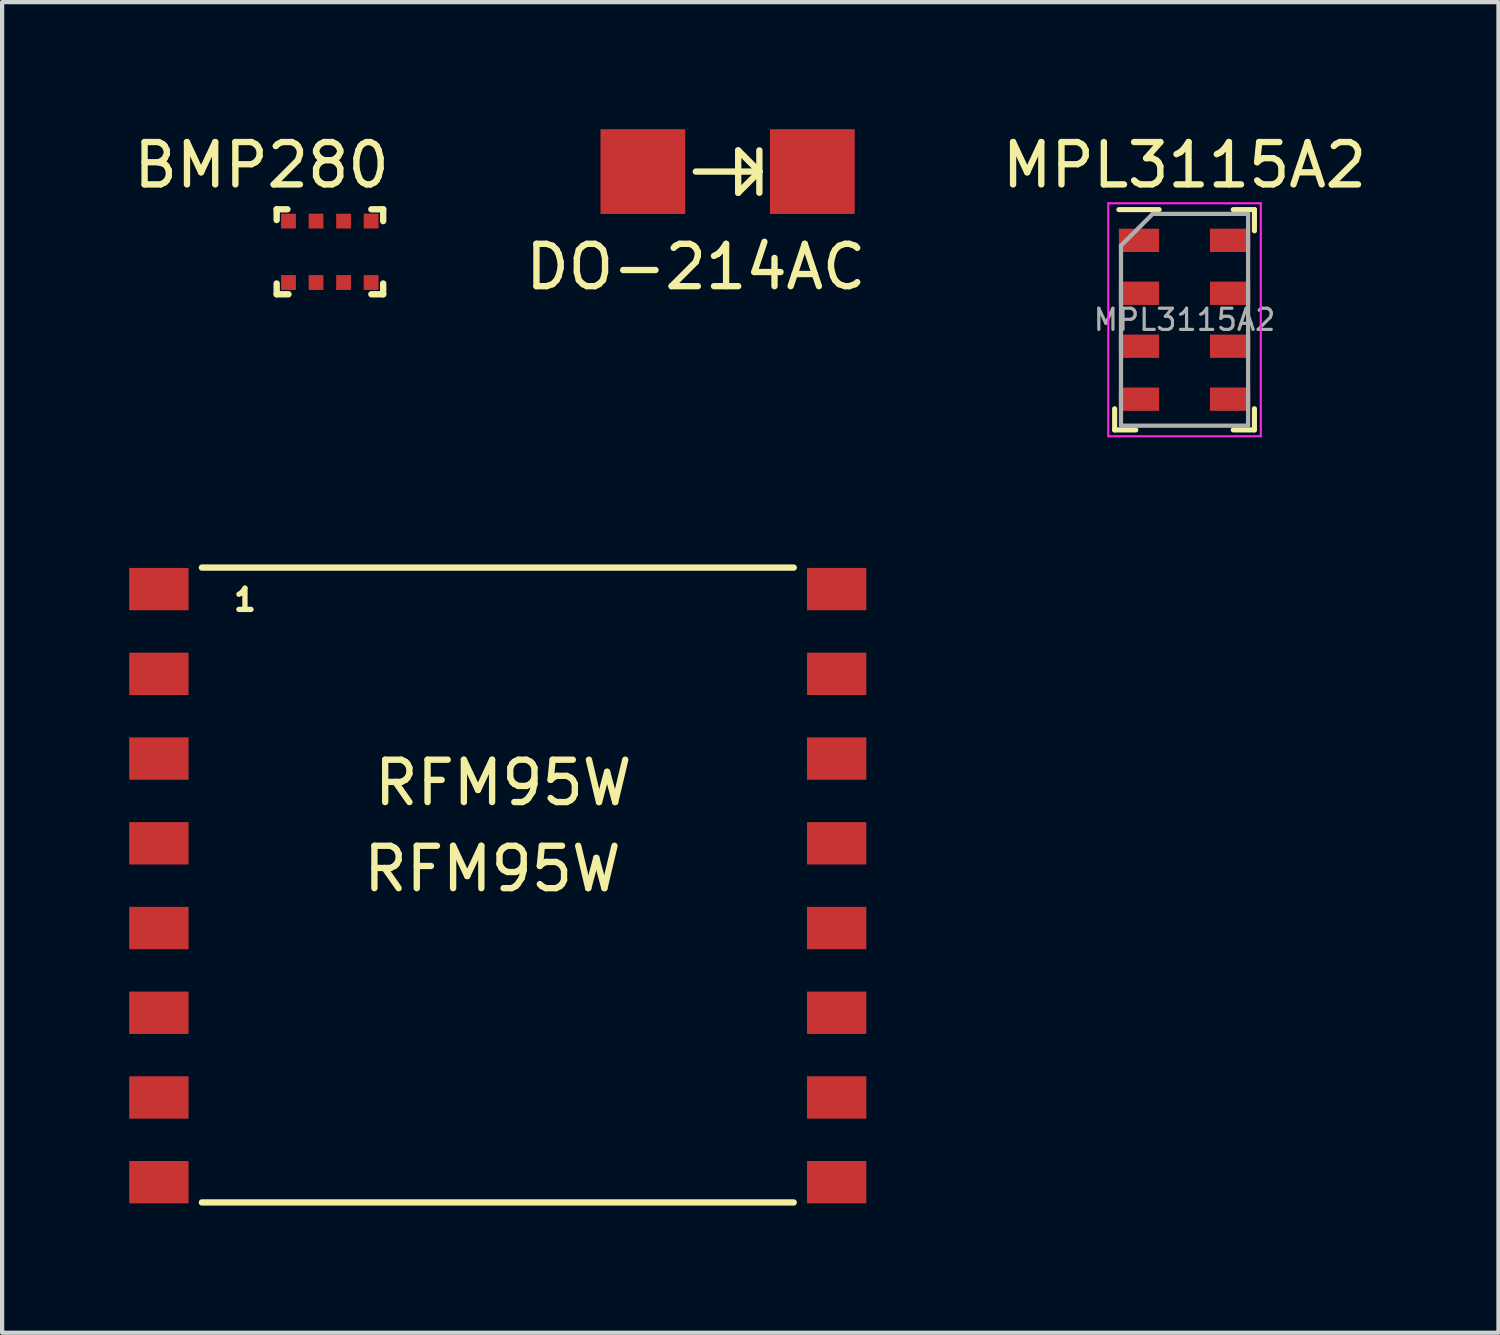
<source format=kicad_pcb>
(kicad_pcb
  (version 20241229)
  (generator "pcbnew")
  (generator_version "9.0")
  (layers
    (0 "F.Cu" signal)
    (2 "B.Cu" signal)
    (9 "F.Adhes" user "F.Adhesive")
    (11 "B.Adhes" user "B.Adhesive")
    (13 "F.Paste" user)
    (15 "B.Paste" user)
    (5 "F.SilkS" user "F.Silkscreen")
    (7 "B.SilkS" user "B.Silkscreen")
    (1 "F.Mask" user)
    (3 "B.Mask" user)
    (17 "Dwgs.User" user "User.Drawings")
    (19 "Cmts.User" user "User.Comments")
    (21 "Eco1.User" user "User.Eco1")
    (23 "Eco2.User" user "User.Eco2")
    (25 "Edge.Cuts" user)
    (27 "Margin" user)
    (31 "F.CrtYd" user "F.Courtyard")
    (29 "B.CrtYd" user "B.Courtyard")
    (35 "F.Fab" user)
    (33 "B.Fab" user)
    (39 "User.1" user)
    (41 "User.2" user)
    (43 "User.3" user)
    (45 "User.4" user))
  (footprint "MPL3115A2"
    (layer "F.Cu")
    (at 24.911 4.498)
    (property "Reference" "MPL3115A2" (at 0 -3.65 0) (layer "F.SilkS") (effects (font (size 1 1) (thickness 0.15))))
    (attr smd)
    (fp_line (start -1.65 2.6) (end -1.65 2.1) (stroke (width 0.12) (type solid)) (layer "F.SilkS"))
    (fp_line (start -1.55 -2.6) (end -0.6 -2.6) (stroke (width 0.12) (type solid)) (layer "F.SilkS"))
    (fp_line (start -1.15 2.6) (end -1.65 2.6) (stroke (width 0.12) (type solid)) (layer "F.SilkS"))
    (fp_line (start 1.15 -2.6) (end 1.65 -2.6) (stroke (width 0.12) (type solid)) (layer "F.SilkS"))
    (fp_line (start 1.65 -2.6) (end 1.65 -2.1) (stroke (width 0.12) (type solid)) (layer "F.SilkS"))
    (fp_line (start 1.65 2.1) (end 1.65 2.6) (stroke (width 0.12) (type solid)) (layer "F.SilkS"))
    (fp_line (start 1.65 2.6) (end 1.15 2.6) (stroke (width 0.12) (type solid)) (layer "F.SilkS"))
    (fp_line (start -1.8 -2.75) (end -1.8 2.75) (stroke (width 0.05) (type solid)) (layer "F.CrtYd"))
    (fp_line (start -1.8 -2.75) (end 1.8 -2.75) (stroke (width 0.05) (type solid)) (layer "F.CrtYd"))
    (fp_line (start 1.8 2.75) (end -1.8 2.75) (stroke (width 0.05) (type solid)) (layer "F.CrtYd"))
    (fp_line (start 1.8 2.75) (end 1.8 -2.75) (stroke (width 0.05) (type solid)) (layer "F.CrtYd"))
    (fp_line (start -1.5 -1.75) (end -0.75 -2.5) (stroke (width 0.1) (type solid)) (layer "F.Fab"))
    (fp_line (start -1.5 2.5) (end -1.5 -1.75) (stroke (width 0.1) (type solid)) (layer "F.Fab"))
    (fp_line (start -0.75 -2.5) (end 1.5 -2.5) (stroke (width 0.1) (type solid)) (layer "F.Fab"))
    (fp_line (start 1.5 -2.5) (end 1.5 2.5) (stroke (width 0.1) (type solid)) (layer "F.Fab"))
    (fp_line (start 1.5 2.5) (end -1.5 2.5) (stroke (width 0.1) (type solid)) (layer "F.Fab"))
    (fp_text user "${REFERENCE}" (at 0 0 0) (layer "F.Fab") (effects (font (size 0.5 0.5) (thickness 0.075))))
    (pad "1" smd rect (at -1.075 -1.875) (size 0.95 0.55) (layers "F.Cu" "F.Mask" "F.Paste"))
    (pad "2" smd rect (at -1.075 -0.625) (size 0.95 0.55) (layers "F.Cu" "F.Mask" "F.Paste"))
    (pad "3" smd rect (at -1.075 0.625) (size 0.95 0.55) (layers "F.Cu" "F.Mask" "F.Paste"))
    (pad "4" smd rect (at -1.075 1.875) (size 0.95 0.55) (layers "F.Cu" "F.Mask" "F.Paste"))
    (pad "5" smd rect (at 1.075 1.875) (size 0.95 0.55) (layers "F.Cu" "F.Mask" "F.Paste"))
    (pad "6" smd rect (at 1.075 0.625) (size 0.95 0.55) (layers "F.Cu" "F.Mask" "F.Paste"))
    (pad "7" smd rect (at 1.075 -0.625) (size 0.95 0.55) (layers "F.Cu" "F.Mask" "F.Paste"))
    (pad "8" smd rect (at 1.075 -1.875) (size 0.95 0.55) (layers "F.Cu" "F.Mask" "F.Paste")))
  (footprint "RFM95W"
    (layer "F.Cu")
    (at 0.7 10.856)
    (property "Reference" "RFM95W" (at 8.128 4.572 0) (layer "F.SilkS") (effects (font (size 1 1) (thickness 0.15))))
    (attr through_hole)
    (fp_line (start 1.016 -0.508) (end 14.986 -0.508) (stroke (width 0.15) (type solid)) (layer "F.SilkS"))
    (fp_line (start 1.016 14.478) (end 14.986 14.478) (stroke (width 0.15) (type solid)) (layer "F.SilkS"))
    (fp_text user "RFM95W" (at 7.874 6.604 0) (layer "F.SilkS") (effects (font (size 1 1) (thickness 0.15))))
    (fp_text user "1" (at 2.032 0.254 0) (layer "F.SilkS") (effects (font (size 0.5 0.5) (thickness 0.125))))
    (pad "1" smd rect (at 0 0) (size 1.4 1) (layers "F.Cu" "F.Mask" "F.Paste"))
    (pad "2" smd rect (at 0 2) (size 1.4 1) (layers "F.Cu" "F.Mask" "F.Paste"))
    (pad "3" smd rect (at 0 4) (size 1.4 1) (layers "F.Cu" "F.Mask" "F.Paste"))
    (pad "4" smd rect (at 0 6) (size 1.4 1) (layers "F.Cu" "F.Mask" "F.Paste"))
    (pad "5" smd rect (at 0 8) (size 1.4 1) (layers "F.Cu" "F.Mask" "F.Paste"))
    (pad "6" smd rect (at 0 10) (size 1.4 1) (layers "F.Cu" "F.Mask" "F.Paste"))
    (pad "7" smd rect (at 0 12) (size 1.4 1) (layers "F.Cu" "F.Mask" "F.Paste"))
    (pad "8" smd rect (at 0 14) (size 1.4 1) (layers "F.Cu" "F.Mask" "F.Paste"))
    (pad "9" smd rect (at 16 14) (size 1.4 1) (layers "F.Cu" "F.Mask" "F.Paste"))
    (pad "10" smd rect (at 16 12) (size 1.4 1) (layers "F.Cu" "F.Mask" "F.Paste"))
    (pad "11" smd rect (at 16 10) (size 1.4 1) (layers "F.Cu" "F.Mask" "F.Paste"))
    (pad "12" smd rect (at 16 8) (size 1.4 1) (layers "F.Cu" "F.Mask" "F.Paste"))
    (pad "13" smd rect (at 16 6) (size 1.4 1) (layers "F.Cu" "F.Mask" "F.Paste"))
    (pad "14" smd rect (at 16 4) (size 1.4 1) (layers "F.Cu" "F.Mask" "F.Paste"))
    (pad "15" smd rect (at 16 2) (size 1.4 1) (layers "F.Cu" "F.Mask" "F.Paste"))
    (pad "16" smd rect (at 16 0) (size 1.4 1) (layers "F.Cu" "F.Mask" "F.Paste")))
  (footprint "DO-214AC"
    (layer "F.Cu")
    (at 12.125 1)
    (property "Reference" "DO-214AC" (at 1.25 2.25 0) (layer "F.SilkS") (effects (font (size 1 1) (thickness 0.15))))
    (attr through_hole)
    (fp_line (start 1.25 0) (end 2.75 0) (stroke (width 0.15) (type solid)) (layer "F.SilkS"))
    (fp_line (start 2.25 -0.5) (end 2.75 0) (stroke (width 0.15) (type solid)) (layer "F.SilkS"))
    (fp_line (start 2.25 0.5) (end 2.25 -0.5) (stroke (width 0.15) (type solid)) (layer "F.SilkS"))
    (fp_line (start 2.75 -0.5) (end 2.75 0.5) (stroke (width 0.15) (type solid)) (layer "F.SilkS"))
    (fp_line (start 2.75 0) (end 2.25 0.5) (stroke (width 0.15) (type solid)) (layer "F.SilkS"))
    (pad "1" smd rect (at 0 0) (size 2 2) (layers "F.Cu" "F.Mask" "F.Paste"))
    (pad "2" smd rect (at 4 0) (size 2 2) (layers "F.Cu" "F.Mask" "F.Paste")))
  (footprint "BMP280"
    (layer "F.Cu")
    (at 3.76 2.169)
    (property "Reference" "BMP280" (at -0.635 -1.321 0) (layer "F.SilkS") (effects (font (size 1 1) (thickness 0.15))))
    (attr through_hole)
    (fp_line (start -0.279 -0.279) (end -0.025 -0.279) (stroke (width 0.15) (type solid)) (layer "F.SilkS"))
    (fp_line (start -0.279 -0.025) (end -0.279 -0.279) (stroke (width 0.15) (type solid)) (layer "F.SilkS"))
    (fp_line (start -0.279 1.727) (end -0.279 1.473) (stroke (width 0.15) (type solid)) (layer "F.SilkS"))
    (fp_line (start 0 1.727) (end -0.279 1.727) (stroke (width 0.15) (type solid)) (layer "F.SilkS"))
    (fp_line (start 1.956 -0.279) (end 2.235 -0.279) (stroke (width 0.15) (type solid)) (layer "F.SilkS"))
    (fp_line (start 2.235 -0.279) (end 2.235 0) (stroke (width 0.15) (type solid)) (layer "F.SilkS"))
    (fp_line (start 2.235 1.473) (end 2.235 1.727) (stroke (width 0.15) (type solid)) (layer "F.SilkS"))
    (fp_line (start 2.235 1.727) (end 1.956 1.727) (stroke (width 0.15) (type solid)) (layer "F.SilkS"))
    (pad "1" smd rect (at 0 0) (size 0.35 0.35) (layers "F.Cu" "F.Mask" "F.Paste"))
    (pad "2" smd rect (at 0.65 0) (size 0.35 0.35) (layers "F.Cu" "F.Mask" "F.Paste"))
    (pad "3" smd rect (at 1.3 0) (size 0.35 0.35) (layers "F.Cu" "F.Mask" "F.Paste"))
    (pad "4" smd rect (at 1.95 0) (size 0.35 0.35) (layers "F.Cu" "F.Mask" "F.Paste"))
    (pad "5" smd rect (at 1.95 1.45) (size 0.35 0.35) (layers "F.Cu" "F.Mask" "F.Paste"))
    (pad "6" smd rect (at 1.3 1.45) (size 0.35 0.35) (layers "F.Cu" "F.Mask" "F.Paste"))
    (pad "7" smd rect (at 0.65 1.45) (size 0.35 0.35) (layers "F.Cu" "F.Mask" "F.Paste"))
    (pad "8" smd rect (at 0 1.45) (size 0.35 0.35) (layers "F.Cu" "F.Mask" "F.Paste")))
  (gr_rect
    (start -3 -3)
    (end 32.321 28.409)
    (stroke (width 0.1) (type default))
    (fill no)
    (layer "Edge.Cuts")))
</source>
